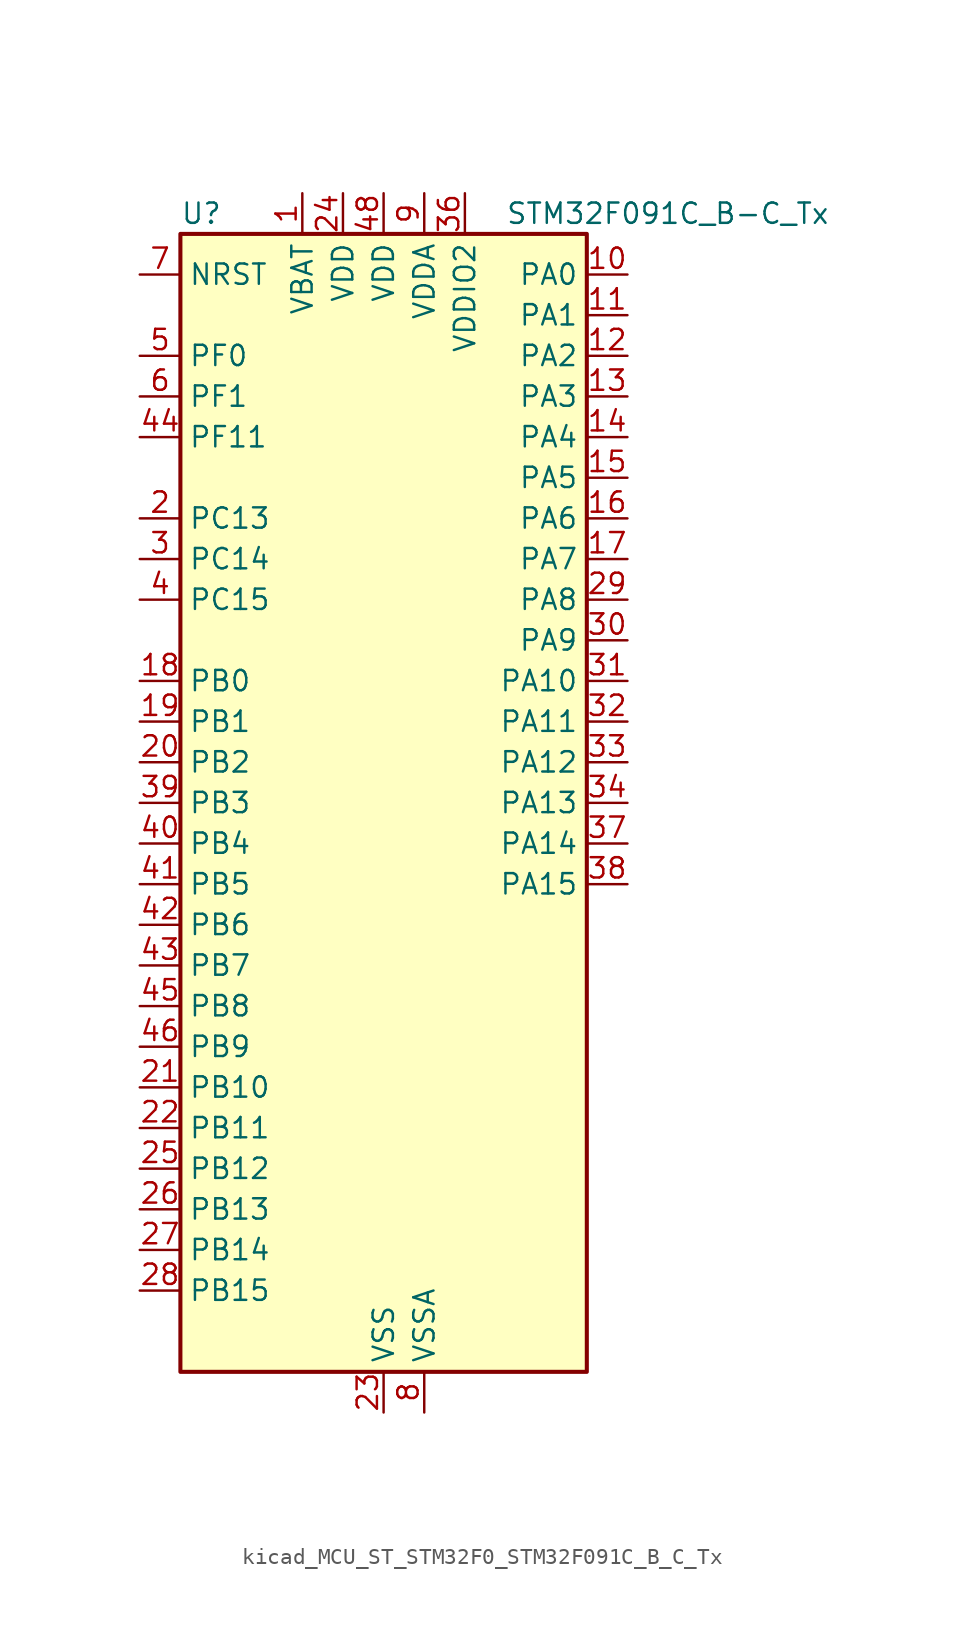
<source format=kicad_sym>
(kicad_symbol_lib
  (version 20220914)
  (generator kicad_symbol_editor)
  (symbol "kicad_MCU_ST_STM32F0_STM32F091C_B_C_Tx"
    (property "Reference" "U"
      (at -12.7 36.83 0)
      (effects (font (size 1.27 1.27)) (justify left)))
    (property "Value" "STM32F091C_B-C_Tx"
      (at 7.62 36.83 0)
      (effects (font (size 1.27 1.27)) (justify left)))
    (property "ki_locked" ""
      (at 0 0 0)
      (effects (font (size 1.27 1.27))))
    (symbol "kicad_MCU_ST_STM32F0_STM32F091C_B_C_Tx_0_1"
      (rectangle (start -12.7 -35.56) (end 12.7 35.56) (stroke (width 0.254) (type default)) (fill (type background))))
    (symbol "kicad_MCU_ST_STM32F0_STM32F091C_B_C_Tx_1_1"
      (pin power_in line (at -5.08 38.1 270) (length 2.54) (name "VBAT" (effects (font (size 1.27 1.27)))) (number "1" (effects (font (size 1.27 1.27)))))
      (pin bidirectional line (at 15.24 33.02 180) (length 2.54) (name "PA0" (effects (font (size 1.27 1.27)))) (number "10" (effects (font (size 1.27 1.27)))) (alternate "ADC_IN0" bidirectional line) (alternate "COMP1_INM" bidirectional line) (alternate "COMP1_OUT" bidirectional line) (alternate "RTC_TAMP2" bidirectional line) (alternate "SYS_WKUP1" bidirectional line) (alternate "TIM2_CH1" bidirectional line) (alternate "TIM2_ETR" bidirectional line) (alternate "TSC_G1_IO1" bidirectional line) (alternate "USART2_CTS" bidirectional line) (alternate "USART4_TX" bidirectional line))
      (pin bidirectional line (at 15.24 30.48 180) (length 2.54) (name "PA1" (effects (font (size 1.27 1.27)))) (number "11" (effects (font (size 1.27 1.27)))) (alternate "ADC_IN1" bidirectional line) (alternate "COMP1_INP" bidirectional line) (alternate "TIM15_CH1N" bidirectional line) (alternate "TIM2_CH2" bidirectional line) (alternate "TSC_G1_IO2" bidirectional line) (alternate "USART2_DE" bidirectional line) (alternate "USART2_RTS" bidirectional line) (alternate "USART4_RX" bidirectional line))
      (pin bidirectional line (at 15.24 27.94 180) (length 2.54) (name "PA2" (effects (font (size 1.27 1.27)))) (number "12" (effects (font (size 1.27 1.27)))) (alternate "ADC_IN2" bidirectional line) (alternate "COMP2_INM" bidirectional line) (alternate "COMP2_OUT" bidirectional line) (alternate "SYS_WKUP4" bidirectional line) (alternate "TIM15_CH1" bidirectional line) (alternate "TIM2_CH3" bidirectional line) (alternate "TSC_G1_IO3" bidirectional line) (alternate "USART2_TX" bidirectional line))
      (pin bidirectional line (at 15.24 25.4 180) (length 2.54) (name "PA3" (effects (font (size 1.27 1.27)))) (number "13" (effects (font (size 1.27 1.27)))) (alternate "ADC_IN3" bidirectional line) (alternate "COMP2_INP" bidirectional line) (alternate "TIM15_CH2" bidirectional line) (alternate "TIM2_CH4" bidirectional line) (alternate "TSC_G1_IO4" bidirectional line) (alternate "USART2_RX" bidirectional line))
      (pin bidirectional line (at 15.24 22.86 180) (length 2.54) (name "PA4" (effects (font (size 1.27 1.27)))) (number "14" (effects (font (size 1.27 1.27)))) (alternate "ADC_IN4" bidirectional line) (alternate "COMP1_INM" bidirectional line) (alternate "COMP2_INM" bidirectional line) (alternate "DAC_OUT1" bidirectional line) (alternate "I2S1_WS" bidirectional line) (alternate "SPI1_NSS" bidirectional line) (alternate "TIM14_CH1" bidirectional line) (alternate "TSC_G2_IO1" bidirectional line) (alternate "USART2_CK" bidirectional line) (alternate "USART6_TX" bidirectional line))
      (pin bidirectional line (at 15.24 20.32 180) (length 2.54) (name "PA5" (effects (font (size 1.27 1.27)))) (number "15" (effects (font (size 1.27 1.27)))) (alternate "ADC_IN5" bidirectional line) (alternate "CEC" bidirectional line) (alternate "COMP1_INM" bidirectional line) (alternate "COMP2_INM" bidirectional line) (alternate "DAC_OUT2" bidirectional line) (alternate "I2S1_CK" bidirectional line) (alternate "SPI1_SCK" bidirectional line) (alternate "TIM2_CH1" bidirectional line) (alternate "TIM2_ETR" bidirectional line) (alternate "TSC_G2_IO2" bidirectional line) (alternate "USART6_RX" bidirectional line))
      (pin bidirectional line (at 15.24 17.78 180) (length 2.54) (name "PA6" (effects (font (size 1.27 1.27)))) (number "16" (effects (font (size 1.27 1.27)))) (alternate "ADC_IN6" bidirectional line) (alternate "COMP1_OUT" bidirectional line) (alternate "I2S1_MCK" bidirectional line) (alternate "SPI1_MISO" bidirectional line) (alternate "TIM16_CH1" bidirectional line) (alternate "TIM1_BKIN" bidirectional line) (alternate "TIM3_CH1" bidirectional line) (alternate "TSC_G2_IO3" bidirectional line) (alternate "USART3_CTS" bidirectional line))
      (pin bidirectional line (at 15.24 15.24 180) (length 2.54) (name "PA7" (effects (font (size 1.27 1.27)))) (number "17" (effects (font (size 1.27 1.27)))) (alternate "ADC_IN7" bidirectional line) (alternate "COMP2_OUT" bidirectional line) (alternate "I2S1_SD" bidirectional line) (alternate "SPI1_MOSI" bidirectional line) (alternate "TIM14_CH1" bidirectional line) (alternate "TIM17_CH1" bidirectional line) (alternate "TIM1_CH1N" bidirectional line) (alternate "TIM3_CH2" bidirectional line) (alternate "TSC_G2_IO4" bidirectional line))
      (pin bidirectional line (at -15.24 7.62 0) (length 2.54) (name "PB0" (effects (font (size 1.27 1.27)))) (number "18" (effects (font (size 1.27 1.27)))) (alternate "ADC_IN8" bidirectional line) (alternate "TIM1_CH2N" bidirectional line) (alternate "TIM3_CH3" bidirectional line) (alternate "TSC_G3_IO2" bidirectional line) (alternate "USART3_CK" bidirectional line))
      (pin bidirectional line (at -15.24 5.08 0) (length 2.54) (name "PB1" (effects (font (size 1.27 1.27)))) (number "19" (effects (font (size 1.27 1.27)))) (alternate "ADC_IN9" bidirectional line) (alternate "TIM14_CH1" bidirectional line) (alternate "TIM1_CH3N" bidirectional line) (alternate "TIM3_CH4" bidirectional line) (alternate "TSC_G3_IO3" bidirectional line) (alternate "USART3_DE" bidirectional line) (alternate "USART3_RTS" bidirectional line))
      (pin bidirectional line (at -15.24 17.78 0) (length 2.54) (name "PC13" (effects (font (size 1.27 1.27)))) (number "2" (effects (font (size 1.27 1.27)))) (alternate "RTC_OUT_ALARM" bidirectional line) (alternate "RTC_OUT_CALIB" bidirectional line) (alternate "RTC_TAMP1" bidirectional line) (alternate "RTC_TS" bidirectional line) (alternate "SYS_WKUP2" bidirectional line))
      (pin bidirectional line (at -15.24 2.54 0) (length 2.54) (name "PB2" (effects (font (size 1.27 1.27)))) (number "20" (effects (font (size 1.27 1.27)))) (alternate "TSC_G3_IO4" bidirectional line))
      (pin bidirectional line (at -15.24 -17.78 0) (length 2.54) (name "PB10" (effects (font (size 1.27 1.27)))) (number "21" (effects (font (size 1.27 1.27)))) (alternate "CEC" bidirectional line) (alternate "I2C2_SCL" bidirectional line) (alternate "I2S2_CK" bidirectional line) (alternate "SPI2_SCK" bidirectional line) (alternate "TIM2_CH3" bidirectional line) (alternate "TSC_SYNC" bidirectional line) (alternate "USART3_TX" bidirectional line))
      (pin bidirectional line (at -15.24 -20.32 0) (length 2.54) (name "PB11" (effects (font (size 1.27 1.27)))) (number "22" (effects (font (size 1.27 1.27)))) (alternate "I2C2_SDA" bidirectional line) (alternate "TIM2_CH4" bidirectional line) (alternate "TSC_G6_IO1" bidirectional line) (alternate "USART3_RX" bidirectional line))
      (pin power_in line (at 0 -38.1 90) (length 2.54) (name "VSS" (effects (font (size 1.27 1.27)))) (number "23" (effects (font (size 1.27 1.27)))))
      (pin power_in line (at -2.54 38.1 270) (length 2.54) (name "VDD" (effects (font (size 1.27 1.27)))) (number "24" (effects (font (size 1.27 1.27)))))
      (pin bidirectional line (at -15.24 -22.86 0) (length 2.54) (name "PB12" (effects (font (size 1.27 1.27)))) (number "25" (effects (font (size 1.27 1.27)))) (alternate "I2S2_WS" bidirectional line) (alternate "SPI2_NSS" bidirectional line) (alternate "TIM15_BKIN" bidirectional line) (alternate "TIM1_BKIN" bidirectional line) (alternate "TSC_G6_IO2" bidirectional line) (alternate "USART3_CK" bidirectional line))
      (pin bidirectional line (at -15.24 -25.4 0) (length 2.54) (name "PB13" (effects (font (size 1.27 1.27)))) (number "26" (effects (font (size 1.27 1.27)))) (alternate "I2C2_SCL" bidirectional line) (alternate "I2S2_CK" bidirectional line) (alternate "SPI2_SCK" bidirectional line) (alternate "TIM1_CH1N" bidirectional line) (alternate "TSC_G6_IO3" bidirectional line) (alternate "USART3_CTS" bidirectional line))
      (pin bidirectional line (at -15.24 -27.94 0) (length 2.54) (name "PB14" (effects (font (size 1.27 1.27)))) (number "27" (effects (font (size 1.27 1.27)))) (alternate "I2C2_SDA" bidirectional line) (alternate "I2S2_MCK" bidirectional line) (alternate "SPI2_MISO" bidirectional line) (alternate "TIM15_CH1" bidirectional line) (alternate "TIM1_CH2N" bidirectional line) (alternate "TSC_G6_IO4" bidirectional line) (alternate "USART3_DE" bidirectional line) (alternate "USART3_RTS" bidirectional line))
      (pin bidirectional line (at -15.24 -30.48 0) (length 2.54) (name "PB15" (effects (font (size 1.27 1.27)))) (number "28" (effects (font (size 1.27 1.27)))) (alternate "I2S2_SD" bidirectional line) (alternate "RTC_REFIN" bidirectional line) (alternate "SPI2_MOSI" bidirectional line) (alternate "SYS_WKUP7" bidirectional line) (alternate "TIM15_CH1N" bidirectional line) (alternate "TIM15_CH2" bidirectional line) (alternate "TIM1_CH3N" bidirectional line))
      (pin bidirectional line (at 15.24 12.7 180) (length 2.54) (name "PA8" (effects (font (size 1.27 1.27)))) (number "29" (effects (font (size 1.27 1.27)))) (alternate "CRS_SYNC" bidirectional line) (alternate "RCC_MCO" bidirectional line) (alternate "TIM1_CH1" bidirectional line) (alternate "USART1_CK" bidirectional line))
      (pin bidirectional line (at -15.24 15.24 0) (length 2.54) (name "PC14" (effects (font (size 1.27 1.27)))) (number "3" (effects (font (size 1.27 1.27)))) (alternate "RCC_OSC32_IN" bidirectional line))
      (pin bidirectional line (at 15.24 10.16 180) (length 2.54) (name "PA9" (effects (font (size 1.27 1.27)))) (number "30" (effects (font (size 1.27 1.27)))) (alternate "DAC_EXTI9" bidirectional line) (alternate "I2C1_SCL" bidirectional line) (alternate "RCC_MCO" bidirectional line) (alternate "TIM15_BKIN" bidirectional line) (alternate "TIM1_CH2" bidirectional line) (alternate "TSC_G4_IO1" bidirectional line) (alternate "USART1_TX" bidirectional line))
      (pin bidirectional line (at 15.24 7.62 180) (length 2.54) (name "PA10" (effects (font (size 1.27 1.27)))) (number "31" (effects (font (size 1.27 1.27)))) (alternate "I2C1_SDA" bidirectional line) (alternate "TIM17_BKIN" bidirectional line) (alternate "TIM1_CH3" bidirectional line) (alternate "TSC_G4_IO2" bidirectional line) (alternate "USART1_RX" bidirectional line))
      (pin bidirectional line (at 15.24 5.08 180) (length 2.54) (name "PA11" (effects (font (size 1.27 1.27)))) (number "32" (effects (font (size 1.27 1.27)))) (alternate "CAN_RX" bidirectional line) (alternate "COMP1_OUT" bidirectional line) (alternate "I2C2_SCL" bidirectional line) (alternate "TIM1_CH4" bidirectional line) (alternate "TSC_G4_IO3" bidirectional line) (alternate "USART1_CTS" bidirectional line))
      (pin bidirectional line (at 15.24 2.54 180) (length 2.54) (name "PA12" (effects (font (size 1.27 1.27)))) (number "33" (effects (font (size 1.27 1.27)))) (alternate "CAN_TX" bidirectional line) (alternate "COMP2_OUT" bidirectional line) (alternate "I2C2_SDA" bidirectional line) (alternate "TIM1_ETR" bidirectional line) (alternate "TSC_G4_IO4" bidirectional line) (alternate "USART1_DE" bidirectional line) (alternate "USART1_RTS" bidirectional line))
      (pin bidirectional line (at 15.24 0 180) (length 2.54) (name "PA13" (effects (font (size 1.27 1.27)))) (number "34" (effects (font (size 1.27 1.27)))) (alternate "IR_OUT" bidirectional line) (alternate "SYS_SWDIO" bidirectional line))
      (pin passive line (at 0 -38.1 90) (length 2.54) hide (name "VSS" (effects (font (size 1.27 1.27)))) (number "35" (effects (font (size 1.27 1.27)))))
      (pin power_in line (at 5.08 38.1 270) (length 2.54) (name "VDDIO2" (effects (font (size 1.27 1.27)))) (number "36" (effects (font (size 1.27 1.27)))))
      (pin bidirectional line (at 15.24 -2.54 180) (length 2.54) (name "PA14" (effects (font (size 1.27 1.27)))) (number "37" (effects (font (size 1.27 1.27)))) (alternate "SYS_SWCLK" bidirectional line) (alternate "USART2_TX" bidirectional line))
      (pin bidirectional line (at 15.24 -5.08 180) (length 2.54) (name "PA15" (effects (font (size 1.27 1.27)))) (number "38" (effects (font (size 1.27 1.27)))) (alternate "I2S1_WS" bidirectional line) (alternate "SPI1_NSS" bidirectional line) (alternate "TIM2_CH1" bidirectional line) (alternate "TIM2_ETR" bidirectional line) (alternate "USART2_RX" bidirectional line) (alternate "USART4_DE" bidirectional line) (alternate "USART4_RTS" bidirectional line))
      (pin bidirectional line (at -15.24 0 0) (length 2.54) (name "PB3" (effects (font (size 1.27 1.27)))) (number "39" (effects (font (size 1.27 1.27)))) (alternate "I2S1_CK" bidirectional line) (alternate "SPI1_SCK" bidirectional line) (alternate "TIM2_CH2" bidirectional line) (alternate "TSC_G5_IO1" bidirectional line) (alternate "USART5_TX" bidirectional line))
      (pin bidirectional line (at -15.24 12.7 0) (length 2.54) (name "PC15" (effects (font (size 1.27 1.27)))) (number "4" (effects (font (size 1.27 1.27)))) (alternate "RCC_OSC32_OUT" bidirectional line))
      (pin bidirectional line (at -15.24 -2.54 0) (length 2.54) (name "PB4" (effects (font (size 1.27 1.27)))) (number "40" (effects (font (size 1.27 1.27)))) (alternate "I2S1_MCK" bidirectional line) (alternate "SPI1_MISO" bidirectional line) (alternate "TIM17_BKIN" bidirectional line) (alternate "TIM3_CH1" bidirectional line) (alternate "TSC_G5_IO2" bidirectional line) (alternate "USART5_RX" bidirectional line))
      (pin bidirectional line (at -15.24 -5.08 0) (length 2.54) (name "PB5" (effects (font (size 1.27 1.27)))) (number "41" (effects (font (size 1.27 1.27)))) (alternate "I2C1_SMBA" bidirectional line) (alternate "I2S1_SD" bidirectional line) (alternate "SPI1_MOSI" bidirectional line) (alternate "SYS_WKUP6" bidirectional line) (alternate "TIM16_BKIN" bidirectional line) (alternate "TIM3_CH2" bidirectional line) (alternate "USART5_CK" bidirectional line) (alternate "USART5_DE" bidirectional line) (alternate "USART5_RTS" bidirectional line))
      (pin bidirectional line (at -15.24 -7.62 0) (length 2.54) (name "PB6" (effects (font (size 1.27 1.27)))) (number "42" (effects (font (size 1.27 1.27)))) (alternate "I2C1_SCL" bidirectional line) (alternate "TIM16_CH1N" bidirectional line) (alternate "TSC_G5_IO3" bidirectional line) (alternate "USART1_TX" bidirectional line))
      (pin bidirectional line (at -15.24 -10.16 0) (length 2.54) (name "PB7" (effects (font (size 1.27 1.27)))) (number "43" (effects (font (size 1.27 1.27)))) (alternate "I2C1_SDA" bidirectional line) (alternate "TIM17_CH1N" bidirectional line) (alternate "TSC_G5_IO4" bidirectional line) (alternate "USART1_RX" bidirectional line) (alternate "USART4_CTS" bidirectional line))
      (pin bidirectional line (at -15.24 22.86 0) (length 2.54) (name "PF11" (effects (font (size 1.27 1.27)))) (number "44" (effects (font (size 1.27 1.27)))))
      (pin bidirectional line (at -15.24 -12.7 0) (length 2.54) (name "PB8" (effects (font (size 1.27 1.27)))) (number "45" (effects (font (size 1.27 1.27)))) (alternate "CAN_RX" bidirectional line) (alternate "CEC" bidirectional line) (alternate "I2C1_SCL" bidirectional line) (alternate "TIM16_CH1" bidirectional line) (alternate "TSC_SYNC" bidirectional line))
      (pin bidirectional line (at -15.24 -15.24 0) (length 2.54) (name "PB9" (effects (font (size 1.27 1.27)))) (number "46" (effects (font (size 1.27 1.27)))) (alternate "CAN_TX" bidirectional line) (alternate "DAC_EXTI9" bidirectional line) (alternate "I2C1_SDA" bidirectional line) (alternate "I2S2_WS" bidirectional line) (alternate "IR_OUT" bidirectional line) (alternate "SPI2_NSS" bidirectional line) (alternate "TIM17_CH1" bidirectional line))
      (pin passive line (at 0 -38.1 90) (length 2.54) hide (name "VSS" (effects (font (size 1.27 1.27)))) (number "47" (effects (font (size 1.27 1.27)))))
      (pin power_in line (at 0 38.1 270) (length 2.54) (name "VDD" (effects (font (size 1.27 1.27)))) (number "48" (effects (font (size 1.27 1.27)))))
      (pin bidirectional line (at -15.24 27.94 0) (length 2.54) (name "PF0" (effects (font (size 1.27 1.27)))) (number "5" (effects (font (size 1.27 1.27)))) (alternate "CRS_SYNC" bidirectional line) (alternate "I2C1_SDA" bidirectional line) (alternate "RCC_OSC_IN" bidirectional line))
      (pin bidirectional line (at -15.24 25.4 0) (length 2.54) (name "PF1" (effects (font (size 1.27 1.27)))) (number "6" (effects (font (size 1.27 1.27)))) (alternate "I2C1_SCL" bidirectional line) (alternate "RCC_OSC_OUT" bidirectional line))
      (pin input line (at -15.24 33.02 0) (length 2.54) (name "NRST" (effects (font (size 1.27 1.27)))) (number "7" (effects (font (size 1.27 1.27)))))
      (pin power_in line (at 2.54 -38.1 90) (length 2.54) (name "VSSA" (effects (font (size 1.27 1.27)))) (number "8" (effects (font (size 1.27 1.27)))))
      (pin power_in line (at 2.54 38.1 270) (length 2.54) (name "VDDA" (effects (font (size 1.27 1.27)))) (number "9" (effects (font (size 1.27 1.27))))))))
</source>
